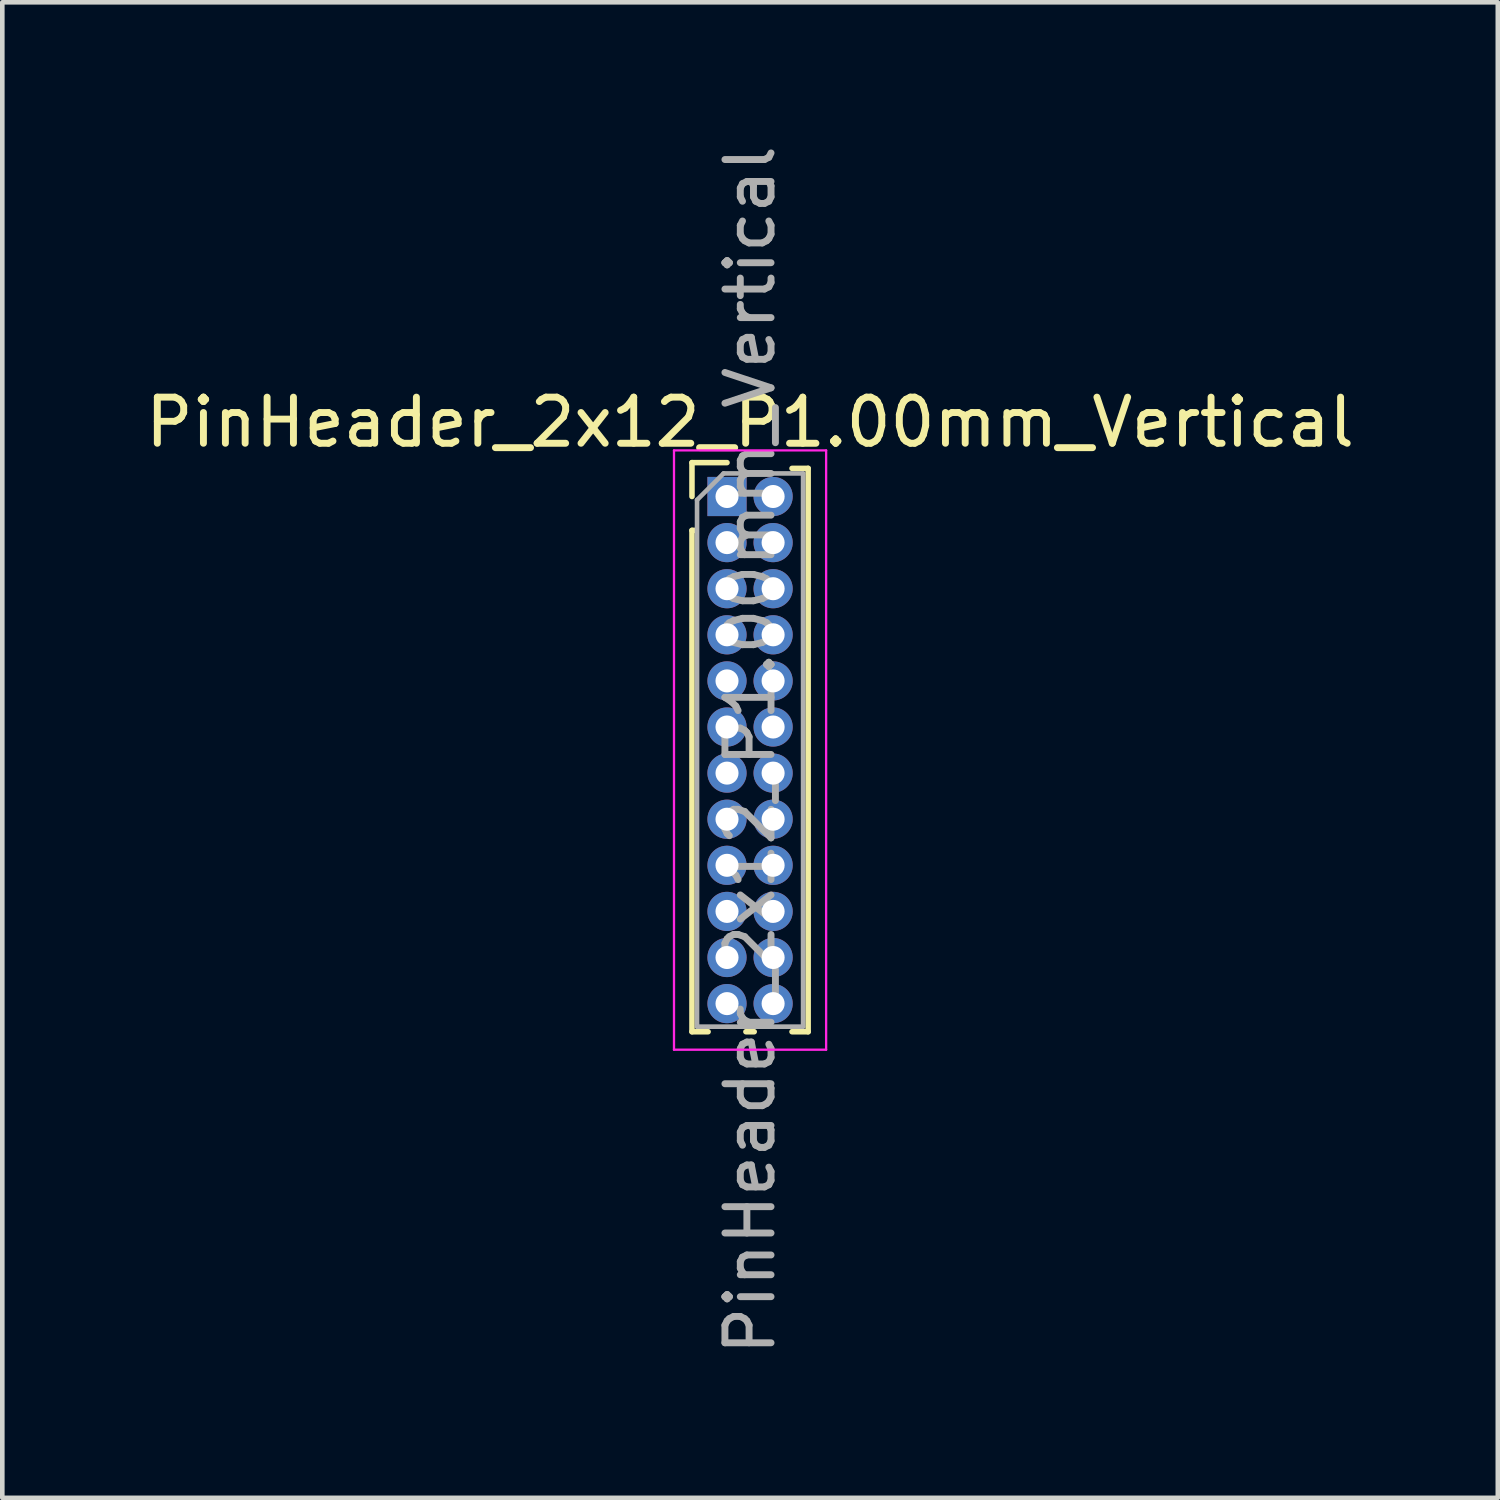
<source format=kicad_pcb>
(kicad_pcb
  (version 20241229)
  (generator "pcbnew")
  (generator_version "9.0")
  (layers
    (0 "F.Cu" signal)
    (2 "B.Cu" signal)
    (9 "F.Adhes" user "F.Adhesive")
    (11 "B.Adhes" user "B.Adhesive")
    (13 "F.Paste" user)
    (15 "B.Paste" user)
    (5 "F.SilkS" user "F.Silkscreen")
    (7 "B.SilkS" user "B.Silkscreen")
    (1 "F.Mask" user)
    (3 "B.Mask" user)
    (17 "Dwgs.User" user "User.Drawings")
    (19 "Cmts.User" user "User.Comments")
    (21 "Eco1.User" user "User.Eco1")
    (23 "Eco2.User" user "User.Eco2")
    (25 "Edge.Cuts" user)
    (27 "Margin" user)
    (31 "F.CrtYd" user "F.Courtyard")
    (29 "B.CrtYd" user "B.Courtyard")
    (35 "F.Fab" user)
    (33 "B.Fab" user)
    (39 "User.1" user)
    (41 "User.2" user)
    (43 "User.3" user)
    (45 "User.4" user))
  (footprint "PinHeader_2x12_P1.00mm_Vertical"
    (layer "F.Cu")
    (at 12.72 7.72)
    (property "Reference" "PinHeader_2x12_P1.00mm_Vertical" (at 0.5 -1.61 0) (layer "F.SilkS") (effects (font (size 1 1) (thickness 0.15))))
    (attr through_hole)
    (fp_line (start -0.76 -0.735) (end 0 -0.735) (stroke (width 0.12) (type solid)) (layer "F.SilkS"))
    (fp_line (start -0.76 0) (end -0.76 -0.735) (stroke (width 0.12) (type solid)) (layer "F.SilkS"))
    (fp_line (start -0.76 0.735) (end -0.76 11.61) (stroke (width 0.12) (type solid)) (layer "F.SilkS"))
    (fp_line (start -0.76 0.735) (end -0.686 0.735) (stroke (width 0.12) (type solid)) (layer "F.SilkS"))
    (fp_line (start -0.76 11.61) (end -0.41 11.61) (stroke (width 0.12) (type solid)) (layer "F.SilkS"))
    (fp_line (start 0.41 11.61) (end 0.59 11.61) (stroke (width 0.12) (type solid)) (layer "F.SilkS"))
    (fp_line (start 1.41 -0.61) (end 1.76 -0.61) (stroke (width 0.12) (type solid)) (layer "F.SilkS"))
    (fp_line (start 1.41 11.61) (end 1.76 11.61) (stroke (width 0.12) (type solid)) (layer "F.SilkS"))
    (fp_line (start 1.76 -0.61) (end 1.76 11.61) (stroke (width 0.12) (type solid)) (layer "F.SilkS"))
    (fp_line (start -1.15 -1) (end -1.15 12) (stroke (width 0.05) (type solid)) (layer "F.CrtYd"))
    (fp_line (start -1.15 12) (end 2.15 12) (stroke (width 0.05) (type solid)) (layer "F.CrtYd"))
    (fp_line (start 2.15 -1) (end -1.15 -1) (stroke (width 0.05) (type solid)) (layer "F.CrtYd"))
    (fp_line (start 2.15 12) (end 2.15 -1) (stroke (width 0.05) (type solid)) (layer "F.CrtYd"))
    (fp_line (start -0.65 0.075) (end -0.075 -0.5) (stroke (width 0.1) (type solid)) (layer "F.Fab"))
    (fp_line (start -0.65 11.5) (end -0.65 0.075) (stroke (width 0.1) (type solid)) (layer "F.Fab"))
    (fp_line (start -0.075 -0.5) (end 1.65 -0.5) (stroke (width 0.1) (type solid)) (layer "F.Fab"))
    (fp_line (start 1.65 -0.5) (end 1.65 11.5) (stroke (width 0.1) (type solid)) (layer "F.Fab"))
    (fp_line (start 1.65 11.5) (end -0.65 11.5) (stroke (width 0.1) (type solid)) (layer "F.Fab"))
    (fp_text user "${REFERENCE}" (at 0.5 5.5 90) (layer "F.Fab") (effects (font (size 1 1) (thickness 0.15))))
    (pad "1" thru_hole rect (at 0 0) (size 0.85 0.85) (drill 0.5) (layers "*.Cu" "*.Mask"))
    (pad "2" thru_hole circle (at 1 0) (size 0.85 0.85) (drill 0.5) (layers "*.Cu" "*.Mask"))
    (pad "3" thru_hole circle (at 0 1) (size 0.85 0.85) (drill 0.5) (layers "*.Cu" "*.Mask"))
    (pad "4" thru_hole circle (at 1 1) (size 0.85 0.85) (drill 0.5) (layers "*.Cu" "*.Mask"))
    (pad "5" thru_hole circle (at 0 2) (size 0.85 0.85) (drill 0.5) (layers "*.Cu" "*.Mask"))
    (pad "6" thru_hole circle (at 1 2) (size 0.85 0.85) (drill 0.5) (layers "*.Cu" "*.Mask"))
    (pad "7" thru_hole circle (at 0 3) (size 0.85 0.85) (drill 0.5) (layers "*.Cu" "*.Mask"))
    (pad "8" thru_hole circle (at 1 3) (size 0.85 0.85) (drill 0.5) (layers "*.Cu" "*.Mask"))
    (pad "9" thru_hole circle (at 0 4) (size 0.85 0.85) (drill 0.5) (layers "*.Cu" "*.Mask"))
    (pad "10" thru_hole circle (at 1 4) (size 0.85 0.85) (drill 0.5) (layers "*.Cu" "*.Mask"))
    (pad "11" thru_hole circle (at 0 5) (size 0.85 0.85) (drill 0.5) (layers "*.Cu" "*.Mask"))
    (pad "12" thru_hole circle (at 1 5) (size 0.85 0.85) (drill 0.5) (layers "*.Cu" "*.Mask"))
    (pad "13" thru_hole circle (at 0 6) (size 0.85 0.85) (drill 0.5) (layers "*.Cu" "*.Mask"))
    (pad "14" thru_hole circle (at 1 6) (size 0.85 0.85) (drill 0.5) (layers "*.Cu" "*.Mask"))
    (pad "15" thru_hole circle (at 0 7) (size 0.85 0.85) (drill 0.5) (layers "*.Cu" "*.Mask"))
    (pad "16" thru_hole circle (at 1 7) (size 0.85 0.85) (drill 0.5) (layers "*.Cu" "*.Mask"))
    (pad "17" thru_hole circle (at 0 8) (size 0.85 0.85) (drill 0.5) (layers "*.Cu" "*.Mask"))
    (pad "18" thru_hole circle (at 1 8) (size 0.85 0.85) (drill 0.5) (layers "*.Cu" "*.Mask"))
    (pad "19" thru_hole circle (at 0 9) (size 0.85 0.85) (drill 0.5) (layers "*.Cu" "*.Mask"))
    (pad "20" thru_hole circle (at 1 9) (size 0.85 0.85) (drill 0.5) (layers "*.Cu" "*.Mask"))
    (pad "21" thru_hole circle (at 0 10) (size 0.85 0.85) (drill 0.5) (layers "*.Cu" "*.Mask"))
    (pad "22" thru_hole circle (at 1 10) (size 0.85 0.85) (drill 0.5) (layers "*.Cu" "*.Mask"))
    (pad "23" thru_hole circle (at 0 11) (size 0.85 0.85) (drill 0.5) (layers "*.Cu" "*.Mask"))
    (pad "24" thru_hole circle (at 1 11) (size 0.85 0.85) (drill 0.5) (layers "*.Cu" "*.Mask")))
  (gr_rect
    (start -3 -3)
    (end 29.44 29.44)
    (stroke (width 0.1) (type default))
    (fill no)
    (layer "Edge.Cuts")))
</source>
